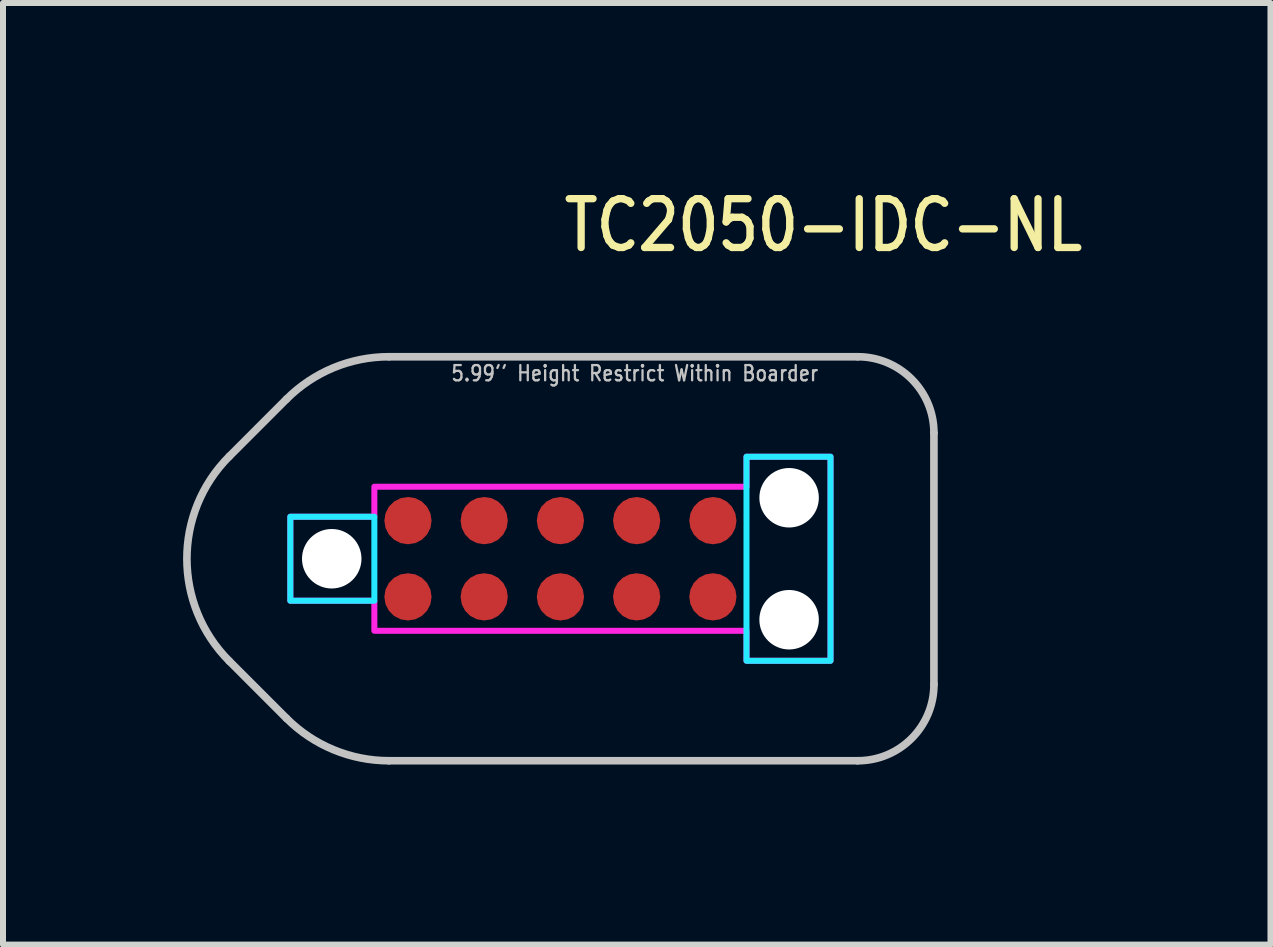
<source format=kicad_pcb>
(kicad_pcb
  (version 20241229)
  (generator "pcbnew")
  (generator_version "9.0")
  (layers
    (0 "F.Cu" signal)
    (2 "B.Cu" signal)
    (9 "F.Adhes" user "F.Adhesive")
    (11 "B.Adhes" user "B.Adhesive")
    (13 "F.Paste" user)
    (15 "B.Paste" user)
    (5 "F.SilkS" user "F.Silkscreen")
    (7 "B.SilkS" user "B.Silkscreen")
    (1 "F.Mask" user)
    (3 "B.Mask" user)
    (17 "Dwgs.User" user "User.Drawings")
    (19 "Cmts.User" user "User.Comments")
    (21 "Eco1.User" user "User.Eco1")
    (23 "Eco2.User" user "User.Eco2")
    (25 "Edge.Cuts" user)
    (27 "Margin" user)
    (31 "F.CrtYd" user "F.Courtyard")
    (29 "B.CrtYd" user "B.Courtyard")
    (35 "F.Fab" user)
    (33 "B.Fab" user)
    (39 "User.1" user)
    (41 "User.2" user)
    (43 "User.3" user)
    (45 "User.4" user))
  (footprint "TC2050-IDC-NL"
    (layer "F.Cu")
    (at 6.287 6.259)
    (property "Reference" "TC2050-IDC-NL" (at 0 -5.08 0) (unlocked yes) (layer "F.SilkS") (effects (font (size 0.813 0.695) (thickness 0.122)) (justify left bottom)))
    (fp_line (start -5.516 -1.706) (end -4.564 -2.659) (stroke (width 0.127) (type solid)) (layer "Dwgs.User"))
    (fp_line (start -5.516 1.706) (end -4.564 2.659) (stroke (width 0.127) (type solid)) (layer "Dwgs.User"))
    (fp_line (start -2.857 -3.365) (end 4.953 -3.365) (stroke (width 0.127) (type solid)) (layer "Dwgs.User"))
    (fp_line (start 4.953 3.365) (end -2.857 3.365) (stroke (width 0.127) (type solid)) (layer "Dwgs.User"))
    (fp_line (start 6.223 -2.095) (end 6.223 2.095) (stroke (width 0.127) (type solid)) (layer "Dwgs.User"))
    (fp_arc (start -5.51625 1.70625) (mid -6.223002 0) (end -5.51625 -1.70625) (stroke (width 0.127) (type solid)) (layer "Dwgs.User"))
    (fp_arc (start -4.56375 -2.65875) (mid -3.780916 -3.181822) (end -2.8575 -3.3655) (stroke (width 0.127) (type solid)) (layer "Dwgs.User"))
    (fp_arc (start -2.8575 3.3655) (mid -3.780916 3.181822) (end -4.56375 2.65875) (stroke (width 0.127) (type solid)) (layer "Dwgs.User"))
    (fp_arc (start 4.953 -3.3655) (mid 5.851026 -2.993526) (end 6.223 -2.0955) (stroke (width 0.127) (type solid)) (layer "Dwgs.User"))
    (fp_arc (start 6.223 2.0955) (mid 5.851026 2.993526) (end 4.953 3.3655) (stroke (width 0.127) (type solid)) (layer "Dwgs.User"))
    (fp_poly (pts (xy -4.5 -0.7) (xy -3.1 -0.7) (xy -3.1 0.7) (xy -4.5 0.7)) (stroke (width 0.1) (type solid)) (fill no) (layer "B.CrtYd"))
    (fp_poly (pts (xy 3.1 -1.7) (xy 4.5 -1.7) (xy 4.5 1.7) (xy 3.1 1.7)) (stroke (width 0.1) (type solid)) (fill no) (layer "B.CrtYd"))
    (fp_poly (pts (xy -4.5 -0.7) (xy -3.1 -0.7) (xy -3.1 -1.2) (xy 3.1 -1.2) (xy 3.1 -1.7) (xy 4.5 -1.7) (xy 4.5 1.7) (xy 3.1 1.7) (xy 3.1 1.2) (xy -3.1 1.2) (xy -3.1 0.7) (xy -4.5 0.7)) (stroke (width 0.1) (type solid)) (fill no) (layer "F.CrtYd"))
    (fp_text user "5.99'' Height Restrict Within Boarder" (at -1.84 -2.94 0) (unlocked yes) (layer "Dwgs.User") (effects (font (size 0.254 0.217) (thickness 0.038)) (justify left bottom)))
    (pad "" np_thru_hole circle (at -3.81 0) (size 0.991 0.991) (drill 0.991) (layers "*.Cu" "*.Mask"))
    (pad "" np_thru_hole circle (at 3.81 -1.016) (size 0.991 0.991) (drill 0.991) (layers "*.Cu" "*.Mask"))
    (pad "" np_thru_hole circle (at 3.81 1.016) (size 0.991 0.991) (drill 0.991) (layers "*.Cu" "*.Mask"))
    (pad "P$1" smd roundrect (at -2.54 0.635) (size 0.787 0.787) (layers "F.Cu" "F.Mask") (roundrect_rratio 0.5))
    (pad "P$2" smd roundrect (at -1.27 0.635) (size 0.787 0.787) (layers "F.Cu" "F.Mask") (roundrect_rratio 0.5))
    (pad "P$3" smd roundrect (at 0 0.635) (size 0.787 0.787) (layers "F.Cu" "F.Mask") (roundrect_rratio 0.5))
    (pad "P$4" smd roundrect (at 1.27 0.635) (size 0.787 0.787) (layers "F.Cu" "F.Mask") (roundrect_rratio 0.5))
    (pad "P$5" smd roundrect (at 2.54 0.635) (size 0.787 0.787) (layers "F.Cu" "F.Mask") (roundrect_rratio 0.5))
    (pad "P$6" smd roundrect (at 2.54 -0.635) (size 0.787 0.787) (layers "F.Cu" "F.Mask") (roundrect_rratio 0.5))
    (pad "P$7" smd roundrect (at 1.27 -0.635) (size 0.787 0.787) (layers "F.Cu" "F.Mask") (roundrect_rratio 0.5))
    (pad "P$8" smd roundrect (at 0 -0.635) (size 0.787 0.787) (layers "F.Cu" "F.Mask") (roundrect_rratio 0.5))
    (pad "P$9" smd roundrect (at -1.27 -0.635) (size 0.787 0.787) (layers "F.Cu" "F.Mask") (roundrect_rratio 0.5))
    (pad "P$10" smd roundrect (at -2.54 -0.635) (size 0.787 0.787) (layers "F.Cu" "F.Mask") (roundrect_rratio 0.5)))
  (gr_rect
    (start -3 -3)
    (end 18.117 12.688)
    (stroke (width 0.1) (type default))
    (fill no)
    (layer "Edge.Cuts")))
</source>
